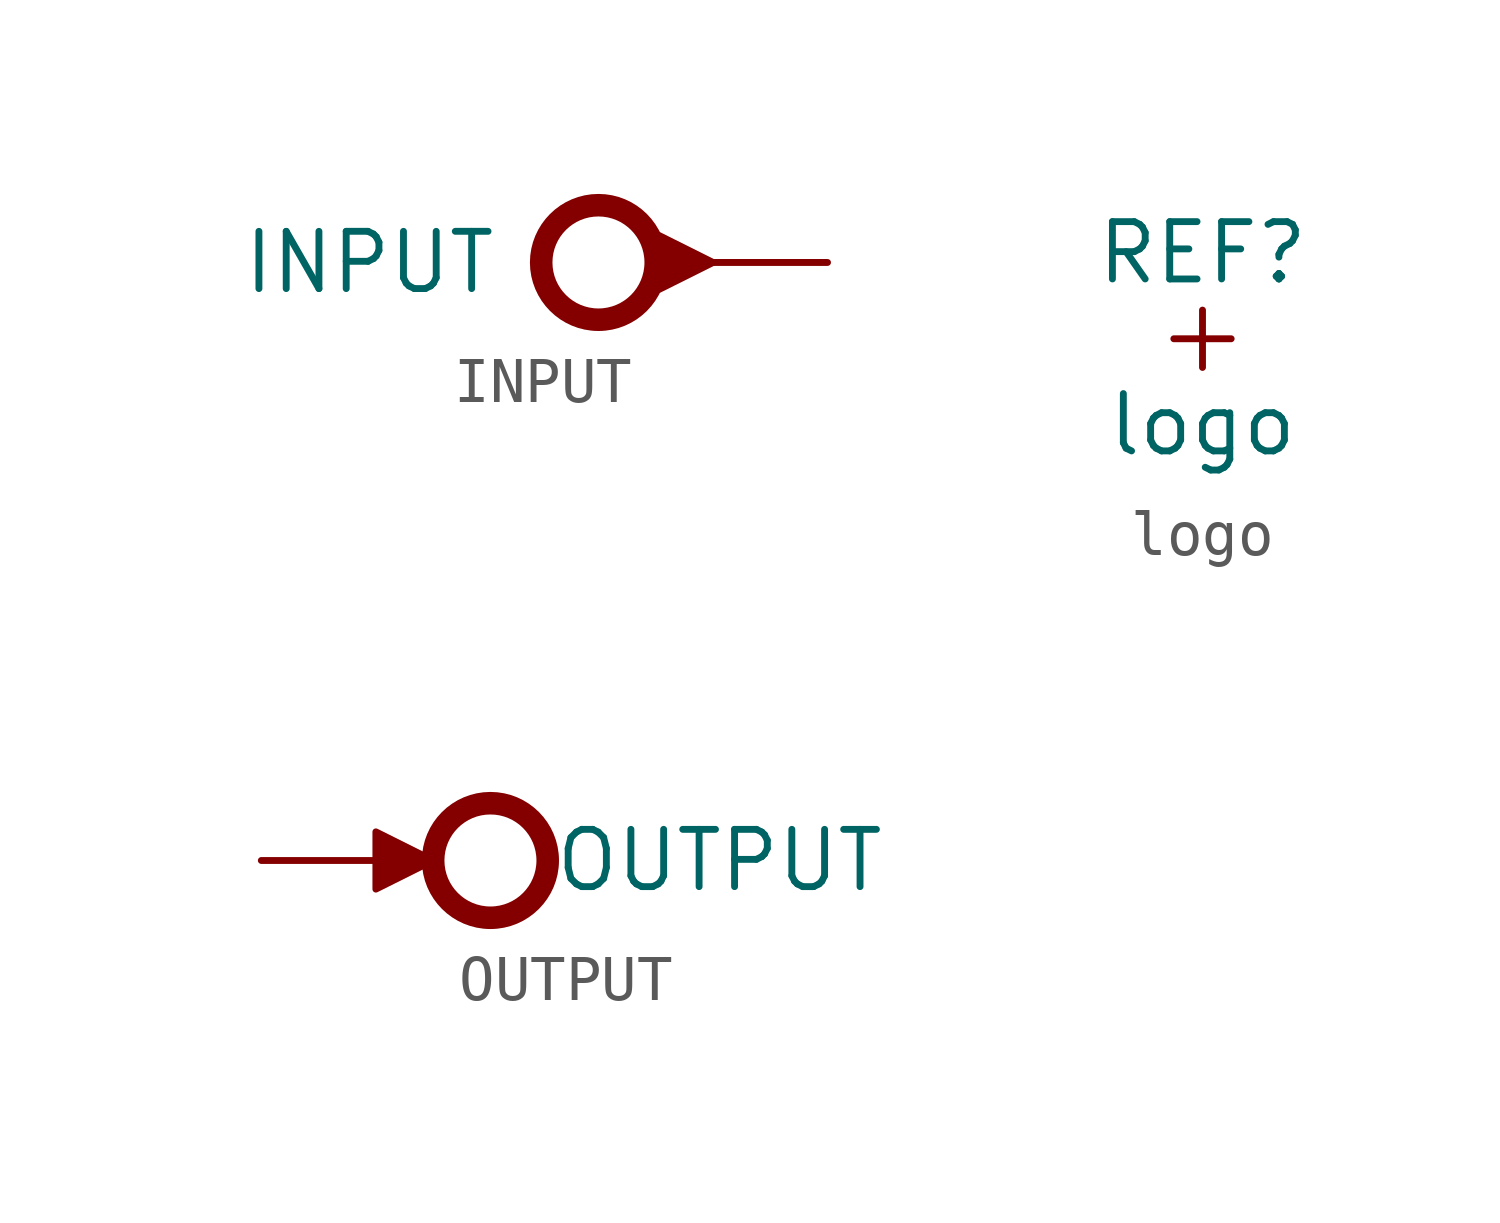
<source format=kicad_sym>
(kicad_symbol_lib
  (version 20220914)
  (generator kicad_symbol_editor)
  (symbol "INPUT"
    (pin_numbers hide)
    (pin_names
      (offset 1.016) hide)
    (property "Reference" "J"
      (at 0 2.54 0)
      (effects (font (size 1.27 1.27)) hide))
    (property "Value" "INPUT"
      (at -5.08 0 0)
      (effects (font (size 1.27 1.27))))
    (symbol "INPUT_0_1"
      (polyline (pts (xy 1.27 0) (xy 1.27 -0.635) (xy 2.54 0) (xy 1.27 0.635) (xy 1.27 0)) (stroke (width 0) (type default)) (fill (type outline)))
      (circle (center 0 0) (radius 1.27) (stroke (width 0.5) (type default)) (fill (type none))))
    (symbol "INPUT_1_1"
      (pin input line (at 5.08 0 180) (length 3.81) (name "Pin_1" (effects (font (size 1.27 1.27)))) (number "1" (effects (font (size 1.27 1.27)))))))
  (symbol "logo"
    (pin_numbers hide)
    (pin_names
      (offset 0) hide)
    (property "Reference" "REF"
      (at 0 1.905 0)
      (effects (font (size 1.27 1.27))))
    (property "Value" "logo"
      (at 0 -1.905 0)
      (effects (font (size 1.27 1.27))))
    (symbol "logo_0_1"
      (polyline (pts (xy -0.635 0) (xy 0.635 0)) (stroke (width 0) (type default)) (fill (type none)))
      (polyline (pts (xy 0 -0.635) (xy 0 0.635)) (stroke (width 0) (type default)) (fill (type none)))))
  (symbol "OUTPUT"
    (pin_numbers hide)
    (pin_names
      (offset 1.016) hide)
    (property "Reference" "J"
      (at 0 2.54 0)
      (effects (font (size 1.27 1.27)) hide))
    (property "Value" "OUTPUT"
      (at 5.08 0 0)
      (effects (font (size 1.27 1.27))))
    (symbol "OUTPUT_0_1"
      (polyline (pts (xy -1.27 0) (xy -2.54 -0.635) (xy -2.54 0.635) (xy -1.27 0)) (stroke (width 0) (type default)) (fill (type outline)))
      (circle (center 0 0) (radius 1.27) (stroke (width 0.5) (type default)) (fill (type none))))
    (symbol "OUTPUT_1_1"
      (pin output line (at -5.08 0 0) (length 3.81) (name "Pin_1" (effects (font (size 1.27 1.27)))) (number "1" (effects (font (size 1.27 1.27))))))))
</source>
